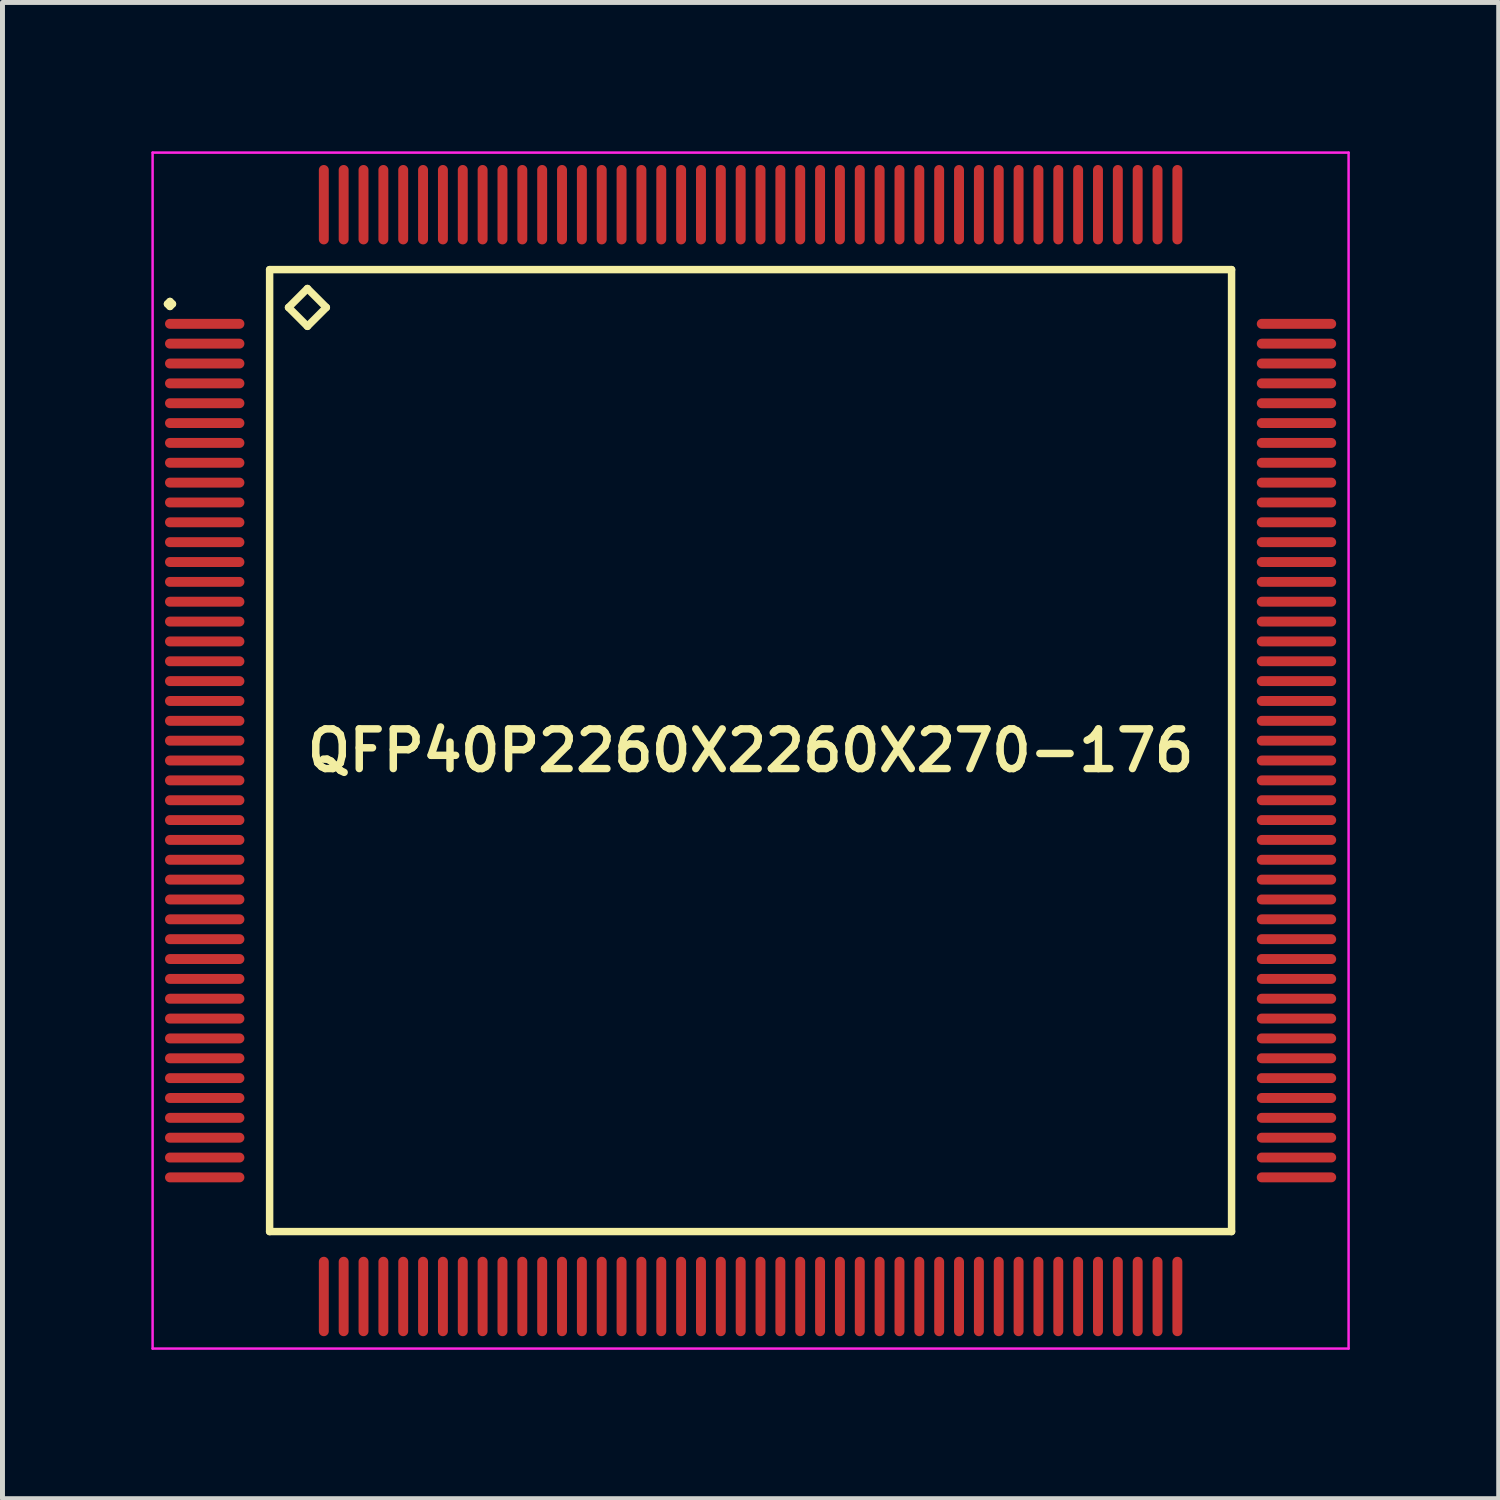
<source format=kicad_pcb>
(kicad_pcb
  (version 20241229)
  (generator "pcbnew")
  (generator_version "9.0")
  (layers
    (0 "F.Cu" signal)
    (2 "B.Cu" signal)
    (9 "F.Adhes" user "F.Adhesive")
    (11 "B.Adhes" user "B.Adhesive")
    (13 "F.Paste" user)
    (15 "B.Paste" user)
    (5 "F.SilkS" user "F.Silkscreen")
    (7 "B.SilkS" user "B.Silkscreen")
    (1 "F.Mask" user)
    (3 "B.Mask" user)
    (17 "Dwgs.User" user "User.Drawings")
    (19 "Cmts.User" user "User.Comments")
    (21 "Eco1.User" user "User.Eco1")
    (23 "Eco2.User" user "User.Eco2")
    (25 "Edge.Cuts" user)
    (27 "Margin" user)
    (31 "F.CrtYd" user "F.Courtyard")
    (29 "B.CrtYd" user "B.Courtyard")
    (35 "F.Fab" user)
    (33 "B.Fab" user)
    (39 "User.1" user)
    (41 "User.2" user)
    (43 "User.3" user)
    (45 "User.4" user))
  (footprint "QFP40P2260X2260X270-176"
    (layer "F.Cu")
    (at 12.075 12.075)
    (property "Reference" "QFP40P2260X2260X270-176" (at 0 0 0) (layer "F.SilkS") (effects (font (size 0.8 0.8) (thickness 0.15))))
    (attr smd)
    (fp_line (start -11.75 -9) (end -11.7 -9.05) (stroke (width 0.15) (type solid)) (layer "F.SilkS"))
    (fp_line (start -11.7 -9.05) (end -11.65 -9) (stroke (width 0.15) (type solid)) (layer "F.SilkS"))
    (fp_line (start -11.7 -8.95) (end -11.75 -9) (stroke (width 0.15) (type solid)) (layer "F.SilkS"))
    (fp_line (start -11.65 -9) (end -11.7 -8.95) (stroke (width 0.15) (type solid)) (layer "F.SilkS"))
    (fp_line (start -9.692 -9.692) (end -9.692 9.692) (stroke (width 0.15) (type solid)) (layer "F.SilkS"))
    (fp_line (start -9.692 9.692) (end 9.692 9.692) (stroke (width 0.15) (type solid)) (layer "F.SilkS"))
    (fp_line (start -9.311 -8.93) (end -8.93 -9.311) (stroke (width 0.15) (type solid)) (layer "F.SilkS"))
    (fp_line (start -8.93 -9.311) (end -8.549 -8.93) (stroke (width 0.15) (type solid)) (layer "F.SilkS"))
    (fp_line (start -8.93 -8.549) (end -9.311 -8.93) (stroke (width 0.15) (type solid)) (layer "F.SilkS"))
    (fp_line (start -8.549 -8.93) (end -8.93 -8.549) (stroke (width 0.15) (type solid)) (layer "F.SilkS"))
    (fp_line (start 9.692 -9.692) (end -9.692 -9.692) (stroke (width 0.15) (type solid)) (layer "F.SilkS"))
    (fp_line (start 9.692 9.692) (end 9.692 -9.692) (stroke (width 0.15) (type solid)) (layer "F.SilkS"))
    (fp_line (start -12.05 -12.05) (end 12.05 -12.05) (stroke (width 0.05) (type solid)) (layer "F.CrtYd"))
    (fp_line (start -12.05 12.05) (end -12.05 -12.05) (stroke (width 0.05) (type solid)) (layer "F.CrtYd"))
    (fp_line (start 12.05 -12.05) (end 12.05 12.05) (stroke (width 0.05) (type solid)) (layer "F.CrtYd"))
    (fp_line (start 12.05 12.05) (end -12.05 12.05) (stroke (width 0.05) (type solid)) (layer "F.CrtYd"))
    (pad "1" smd oval (at -11 -8.6) (size 1.6 0.2) (layers "F.Cu" "F.Mask" "F.Paste"))
    (pad "2" smd oval (at -11 -8.2) (size 1.6 0.2) (layers "F.Cu" "F.Mask" "F.Paste"))
    (pad "3" smd oval (at -11 -7.8) (size 1.6 0.2) (layers "F.Cu" "F.Mask" "F.Paste"))
    (pad "4" smd oval (at -11 -7.4) (size 1.6 0.2) (layers "F.Cu" "F.Mask" "F.Paste"))
    (pad "5" smd oval (at -11 -7) (size 1.6 0.2) (layers "F.Cu" "F.Mask" "F.Paste"))
    (pad "6" smd oval (at -11 -6.6) (size 1.6 0.2) (layers "F.Cu" "F.Mask" "F.Paste"))
    (pad "7" smd oval (at -11 -6.2) (size 1.6 0.2) (layers "F.Cu" "F.Mask" "F.Paste"))
    (pad "8" smd oval (at -11 -5.8) (size 1.6 0.2) (layers "F.Cu" "F.Mask" "F.Paste"))
    (pad "9" smd oval (at -11 -5.4) (size 1.6 0.2) (layers "F.Cu" "F.Mask" "F.Paste"))
    (pad "10" smd oval (at -11 -5) (size 1.6 0.2) (layers "F.Cu" "F.Mask" "F.Paste"))
    (pad "11" smd oval (at -11 -4.6) (size 1.6 0.2) (layers "F.Cu" "F.Mask" "F.Paste"))
    (pad "12" smd oval (at -11 -4.2) (size 1.6 0.2) (layers "F.Cu" "F.Mask" "F.Paste"))
    (pad "13" smd oval (at -11 -3.8) (size 1.6 0.2) (layers "F.Cu" "F.Mask" "F.Paste"))
    (pad "14" smd oval (at -11 -3.4) (size 1.6 0.2) (layers "F.Cu" "F.Mask" "F.Paste"))
    (pad "15" smd oval (at -11 -3) (size 1.6 0.2) (layers "F.Cu" "F.Mask" "F.Paste"))
    (pad "16" smd oval (at -11 -2.6) (size 1.6 0.2) (layers "F.Cu" "F.Mask" "F.Paste"))
    (pad "17" smd oval (at -11 -2.2) (size 1.6 0.2) (layers "F.Cu" "F.Mask" "F.Paste"))
    (pad "18" smd oval (at -11 -1.8) (size 1.6 0.2) (layers "F.Cu" "F.Mask" "F.Paste"))
    (pad "19" smd oval (at -11 -1.4) (size 1.6 0.2) (layers "F.Cu" "F.Mask" "F.Paste"))
    (pad "20" smd oval (at -11 -1) (size 1.6 0.2) (layers "F.Cu" "F.Mask" "F.Paste"))
    (pad "21" smd oval (at -11 -0.6) (size 1.6 0.2) (layers "F.Cu" "F.Mask" "F.Paste"))
    (pad "22" smd oval (at -11 -0.2) (size 1.6 0.2) (layers "F.Cu" "F.Mask" "F.Paste"))
    (pad "23" smd oval (at -11 0.2) (size 1.6 0.2) (layers "F.Cu" "F.Mask" "F.Paste"))
    (pad "24" smd oval (at -11 0.6) (size 1.6 0.2) (layers "F.Cu" "F.Mask" "F.Paste"))
    (pad "25" smd oval (at -11 1) (size 1.6 0.2) (layers "F.Cu" "F.Mask" "F.Paste"))
    (pad "26" smd oval (at -11 1.4) (size 1.6 0.2) (layers "F.Cu" "F.Mask" "F.Paste"))
    (pad "27" smd oval (at -11 1.8) (size 1.6 0.2) (layers "F.Cu" "F.Mask" "F.Paste"))
    (pad "28" smd oval (at -11 2.2) (size 1.6 0.2) (layers "F.Cu" "F.Mask" "F.Paste"))
    (pad "29" smd oval (at -11 2.6) (size 1.6 0.2) (layers "F.Cu" "F.Mask" "F.Paste"))
    (pad "30" smd oval (at -11 3) (size 1.6 0.2) (layers "F.Cu" "F.Mask" "F.Paste"))
    (pad "31" smd oval (at -11 3.4) (size 1.6 0.2) (layers "F.Cu" "F.Mask" "F.Paste"))
    (pad "32" smd oval (at -11 3.8) (size 1.6 0.2) (layers "F.Cu" "F.Mask" "F.Paste"))
    (pad "33" smd oval (at -11 4.2) (size 1.6 0.2) (layers "F.Cu" "F.Mask" "F.Paste"))
    (pad "34" smd oval (at -11 4.6) (size 1.6 0.2) (layers "F.Cu" "F.Mask" "F.Paste"))
    (pad "35" smd oval (at -11 5) (size 1.6 0.2) (layers "F.Cu" "F.Mask" "F.Paste"))
    (pad "36" smd oval (at -11 5.4) (size 1.6 0.2) (layers "F.Cu" "F.Mask" "F.Paste"))
    (pad "37" smd oval (at -11 5.8) (size 1.6 0.2) (layers "F.Cu" "F.Mask" "F.Paste"))
    (pad "38" smd oval (at -11 6.2) (size 1.6 0.2) (layers "F.Cu" "F.Mask" "F.Paste"))
    (pad "39" smd oval (at -11 6.6) (size 1.6 0.2) (layers "F.Cu" "F.Mask" "F.Paste"))
    (pad "40" smd oval (at -11 7) (size 1.6 0.2) (layers "F.Cu" "F.Mask" "F.Paste"))
    (pad "41" smd oval (at -11 7.4) (size 1.6 0.2) (layers "F.Cu" "F.Mask" "F.Paste"))
    (pad "42" smd oval (at -11 7.8) (size 1.6 0.2) (layers "F.Cu" "F.Mask" "F.Paste"))
    (pad "43" smd oval (at -11 8.2) (size 1.6 0.2) (layers "F.Cu" "F.Mask" "F.Paste"))
    (pad "44" smd oval (at -11 8.6) (size 1.6 0.2) (layers "F.Cu" "F.Mask" "F.Paste"))
    (pad "45" smd oval (at -8.6 11) (size 0.2 1.6) (layers "F.Cu" "F.Mask" "F.Paste"))
    (pad "46" smd oval (at -8.2 11) (size 0.2 1.6) (layers "F.Cu" "F.Mask" "F.Paste"))
    (pad "47" smd oval (at -7.8 11) (size 0.2 1.6) (layers "F.Cu" "F.Mask" "F.Paste"))
    (pad "48" smd oval (at -7.4 11) (size 0.2 1.6) (layers "F.Cu" "F.Mask" "F.Paste"))
    (pad "49" smd oval (at -7 11) (size 0.2 1.6) (layers "F.Cu" "F.Mask" "F.Paste"))
    (pad "50" smd oval (at -6.6 11) (size 0.2 1.6) (layers "F.Cu" "F.Mask" "F.Paste"))
    (pad "51" smd oval (at -6.2 11) (size 0.2 1.6) (layers "F.Cu" "F.Mask" "F.Paste"))
    (pad "52" smd oval (at -5.8 11) (size 0.2 1.6) (layers "F.Cu" "F.Mask" "F.Paste"))
    (pad "53" smd oval (at -5.4 11) (size 0.2 1.6) (layers "F.Cu" "F.Mask" "F.Paste"))
    (pad "54" smd oval (at -5 11) (size 0.2 1.6) (layers "F.Cu" "F.Mask" "F.Paste"))
    (pad "55" smd oval (at -4.6 11) (size 0.2 1.6) (layers "F.Cu" "F.Mask" "F.Paste"))
    (pad "56" smd oval (at -4.2 11) (size 0.2 1.6) (layers "F.Cu" "F.Mask" "F.Paste"))
    (pad "57" smd oval (at -3.8 11) (size 0.2 1.6) (layers "F.Cu" "F.Mask" "F.Paste"))
    (pad "58" smd oval (at -3.4 11) (size 0.2 1.6) (layers "F.Cu" "F.Mask" "F.Paste"))
    (pad "59" smd oval (at -3 11) (size 0.2 1.6) (layers "F.Cu" "F.Mask" "F.Paste"))
    (pad "60" smd oval (at -2.6 11) (size 0.2 1.6) (layers "F.Cu" "F.Mask" "F.Paste"))
    (pad "61" smd oval (at -2.2 11) (size 0.2 1.6) (layers "F.Cu" "F.Mask" "F.Paste"))
    (pad "62" smd oval (at -1.8 11) (size 0.2 1.6) (layers "F.Cu" "F.Mask" "F.Paste"))
    (pad "63" smd oval (at -1.4 11) (size 0.2 1.6) (layers "F.Cu" "F.Mask" "F.Paste"))
    (pad "64" smd oval (at -1 11) (size 0.2 1.6) (layers "F.Cu" "F.Mask" "F.Paste"))
    (pad "65" smd oval (at -0.6 11) (size 0.2 1.6) (layers "F.Cu" "F.Mask" "F.Paste"))
    (pad "66" smd oval (at -0.2 11) (size 0.2 1.6) (layers "F.Cu" "F.Mask" "F.Paste"))
    (pad "67" smd oval (at 0.2 11) (size 0.2 1.6) (layers "F.Cu" "F.Mask" "F.Paste"))
    (pad "68" smd oval (at 0.6 11) (size 0.2 1.6) (layers "F.Cu" "F.Mask" "F.Paste"))
    (pad "69" smd oval (at 1 11) (size 0.2 1.6) (layers "F.Cu" "F.Mask" "F.Paste"))
    (pad "70" smd oval (at 1.4 11) (size 0.2 1.6) (layers "F.Cu" "F.Mask" "F.Paste"))
    (pad "71" smd oval (at 1.8 11) (size 0.2 1.6) (layers "F.Cu" "F.Mask" "F.Paste"))
    (pad "72" smd oval (at 2.2 11) (size 0.2 1.6) (layers "F.Cu" "F.Mask" "F.Paste"))
    (pad "73" smd oval (at 2.6 11) (size 0.2 1.6) (layers "F.Cu" "F.Mask" "F.Paste"))
    (pad "74" smd oval (at 3 11) (size 0.2 1.6) (layers "F.Cu" "F.Mask" "F.Paste"))
    (pad "75" smd oval (at 3.4 11) (size 0.2 1.6) (layers "F.Cu" "F.Mask" "F.Paste"))
    (pad "76" smd oval (at 3.8 11) (size 0.2 1.6) (layers "F.Cu" "F.Mask" "F.Paste"))
    (pad "77" smd oval (at 4.2 11) (size 0.2 1.6) (layers "F.Cu" "F.Mask" "F.Paste"))
    (pad "78" smd oval (at 4.6 11) (size 0.2 1.6) (layers "F.Cu" "F.Mask" "F.Paste"))
    (pad "79" smd oval (at 5 11) (size 0.2 1.6) (layers "F.Cu" "F.Mask" "F.Paste"))
    (pad "80" smd oval (at 5.4 11) (size 0.2 1.6) (layers "F.Cu" "F.Mask" "F.Paste"))
    (pad "81" smd oval (at 5.8 11) (size 0.2 1.6) (layers "F.Cu" "F.Mask" "F.Paste"))
    (pad "82" smd oval (at 6.2 11) (size 0.2 1.6) (layers "F.Cu" "F.Mask" "F.Paste"))
    (pad "83" smd oval (at 6.6 11) (size 0.2 1.6) (layers "F.Cu" "F.Mask" "F.Paste"))
    (pad "84" smd oval (at 7 11) (size 0.2 1.6) (layers "F.Cu" "F.Mask" "F.Paste"))
    (pad "85" smd oval (at 7.4 11) (size 0.2 1.6) (layers "F.Cu" "F.Mask" "F.Paste"))
    (pad "86" smd oval (at 7.8 11) (size 0.2 1.6) (layers "F.Cu" "F.Mask" "F.Paste"))
    (pad "87" smd oval (at 8.2 11) (size 0.2 1.6) (layers "F.Cu" "F.Mask" "F.Paste"))
    (pad "88" smd oval (at 8.6 11) (size 0.2 1.6) (layers "F.Cu" "F.Mask" "F.Paste"))
    (pad "89" smd oval (at 11 8.6) (size 1.6 0.2) (layers "F.Cu" "F.Mask" "F.Paste"))
    (pad "90" smd oval (at 11 8.2) (size 1.6 0.2) (layers "F.Cu" "F.Mask" "F.Paste"))
    (pad "91" smd oval (at 11 7.8) (size 1.6 0.2) (layers "F.Cu" "F.Mask" "F.Paste"))
    (pad "92" smd oval (at 11 7.4) (size 1.6 0.2) (layers "F.Cu" "F.Mask" "F.Paste"))
    (pad "93" smd oval (at 11 7) (size 1.6 0.2) (layers "F.Cu" "F.Mask" "F.Paste"))
    (pad "94" smd oval (at 11 6.6) (size 1.6 0.2) (layers "F.Cu" "F.Mask" "F.Paste"))
    (pad "95" smd oval (at 11 6.2) (size 1.6 0.2) (layers "F.Cu" "F.Mask" "F.Paste"))
    (pad "96" smd oval (at 11 5.8) (size 1.6 0.2) (layers "F.Cu" "F.Mask" "F.Paste"))
    (pad "97" smd oval (at 11 5.4) (size 1.6 0.2) (layers "F.Cu" "F.Mask" "F.Paste"))
    (pad "98" smd oval (at 11 5) (size 1.6 0.2) (layers "F.Cu" "F.Mask" "F.Paste"))
    (pad "99" smd oval (at 11 4.6) (size 1.6 0.2) (layers "F.Cu" "F.Mask" "F.Paste"))
    (pad "100" smd oval (at 11 4.2) (size 1.6 0.2) (layers "F.Cu" "F.Mask" "F.Paste"))
    (pad "101" smd oval (at 11 3.8) (size 1.6 0.2) (layers "F.Cu" "F.Mask" "F.Paste"))
    (pad "102" smd oval (at 11 3.4) (size 1.6 0.2) (layers "F.Cu" "F.Mask" "F.Paste"))
    (pad "103" smd oval (at 11 3) (size 1.6 0.2) (layers "F.Cu" "F.Mask" "F.Paste"))
    (pad "104" smd oval (at 11 2.6) (size 1.6 0.2) (layers "F.Cu" "F.Mask" "F.Paste"))
    (pad "105" smd oval (at 11 2.2) (size 1.6 0.2) (layers "F.Cu" "F.Mask" "F.Paste"))
    (pad "106" smd oval (at 11 1.8) (size 1.6 0.2) (layers "F.Cu" "F.Mask" "F.Paste"))
    (pad "107" smd oval (at 11 1.4) (size 1.6 0.2) (layers "F.Cu" "F.Mask" "F.Paste"))
    (pad "108" smd oval (at 11 1) (size 1.6 0.2) (layers "F.Cu" "F.Mask" "F.Paste"))
    (pad "109" smd oval (at 11 0.6) (size 1.6 0.2) (layers "F.Cu" "F.Mask" "F.Paste"))
    (pad "110" smd oval (at 11 0.2) (size 1.6 0.2) (layers "F.Cu" "F.Mask" "F.Paste"))
    (pad "111" smd oval (at 11 -0.2) (size 1.6 0.2) (layers "F.Cu" "F.Mask" "F.Paste"))
    (pad "112" smd oval (at 11 -0.6) (size 1.6 0.2) (layers "F.Cu" "F.Mask" "F.Paste"))
    (pad "113" smd oval (at 11 -1) (size 1.6 0.2) (layers "F.Cu" "F.Mask" "F.Paste"))
    (pad "114" smd oval (at 11 -1.4) (size 1.6 0.2) (layers "F.Cu" "F.Mask" "F.Paste"))
    (pad "115" smd oval (at 11 -1.8) (size 1.6 0.2) (layers "F.Cu" "F.Mask" "F.Paste"))
    (pad "116" smd oval (at 11 -2.2) (size 1.6 0.2) (layers "F.Cu" "F.Mask" "F.Paste"))
    (pad "117" smd oval (at 11 -2.6) (size 1.6 0.2) (layers "F.Cu" "F.Mask" "F.Paste"))
    (pad "118" smd oval (at 11 -3) (size 1.6 0.2) (layers "F.Cu" "F.Mask" "F.Paste"))
    (pad "119" smd oval (at 11 -3.4) (size 1.6 0.2) (layers "F.Cu" "F.Mask" "F.Paste"))
    (pad "120" smd oval (at 11 -3.8) (size 1.6 0.2) (layers "F.Cu" "F.Mask" "F.Paste"))
    (pad "121" smd oval (at 11 -4.2) (size 1.6 0.2) (layers "F.Cu" "F.Mask" "F.Paste"))
    (pad "122" smd oval (at 11 -4.6) (size 1.6 0.2) (layers "F.Cu" "F.Mask" "F.Paste"))
    (pad "123" smd oval (at 11 -5) (size 1.6 0.2) (layers "F.Cu" "F.Mask" "F.Paste"))
    (pad "124" smd oval (at 11 -5.4) (size 1.6 0.2) (layers "F.Cu" "F.Mask" "F.Paste"))
    (pad "125" smd oval (at 11 -5.8) (size 1.6 0.2) (layers "F.Cu" "F.Mask" "F.Paste"))
    (pad "126" smd oval (at 11 -6.2) (size 1.6 0.2) (layers "F.Cu" "F.Mask" "F.Paste"))
    (pad "127" smd oval (at 11 -6.6) (size 1.6 0.2) (layers "F.Cu" "F.Mask" "F.Paste"))
    (pad "128" smd oval (at 11 -7) (size 1.6 0.2) (layers "F.Cu" "F.Mask" "F.Paste"))
    (pad "129" smd oval (at 11 -7.4) (size 1.6 0.2) (layers "F.Cu" "F.Mask" "F.Paste"))
    (pad "130" smd oval (at 11 -7.8) (size 1.6 0.2) (layers "F.Cu" "F.Mask" "F.Paste"))
    (pad "131" smd oval (at 11 -8.2) (size 1.6 0.2) (layers "F.Cu" "F.Mask" "F.Paste"))
    (pad "132" smd oval (at 11 -8.6) (size 1.6 0.2) (layers "F.Cu" "F.Mask" "F.Paste"))
    (pad "133" smd oval (at 8.6 -11) (size 0.2 1.6) (layers "F.Cu" "F.Mask" "F.Paste"))
    (pad "134" smd oval (at 8.2 -11) (size 0.2 1.6) (layers "F.Cu" "F.Mask" "F.Paste"))
    (pad "135" smd oval (at 7.8 -11) (size 0.2 1.6) (layers "F.Cu" "F.Mask" "F.Paste"))
    (pad "136" smd oval (at 7.4 -11) (size 0.2 1.6) (layers "F.Cu" "F.Mask" "F.Paste"))
    (pad "137" smd oval (at 7 -11) (size 0.2 1.6) (layers "F.Cu" "F.Mask" "F.Paste"))
    (pad "138" smd oval (at 6.6 -11) (size 0.2 1.6) (layers "F.Cu" "F.Mask" "F.Paste"))
    (pad "139" smd oval (at 6.2 -11) (size 0.2 1.6) (layers "F.Cu" "F.Mask" "F.Paste"))
    (pad "140" smd oval (at 5.8 -11) (size 0.2 1.6) (layers "F.Cu" "F.Mask" "F.Paste"))
    (pad "141" smd oval (at 5.4 -11) (size 0.2 1.6) (layers "F.Cu" "F.Mask" "F.Paste"))
    (pad "142" smd oval (at 5 -11) (size 0.2 1.6) (layers "F.Cu" "F.Mask" "F.Paste"))
    (pad "143" smd oval (at 4.6 -11) (size 0.2 1.6) (layers "F.Cu" "F.Mask" "F.Paste"))
    (pad "144" smd oval (at 4.2 -11) (size 0.2 1.6) (layers "F.Cu" "F.Mask" "F.Paste"))
    (pad "145" smd oval (at 3.8 -11) (size 0.2 1.6) (layers "F.Cu" "F.Mask" "F.Paste"))
    (pad "146" smd oval (at 3.4 -11) (size 0.2 1.6) (layers "F.Cu" "F.Mask" "F.Paste"))
    (pad "147" smd oval (at 3 -11) (size 0.2 1.6) (layers "F.Cu" "F.Mask" "F.Paste"))
    (pad "148" smd oval (at 2.6 -11) (size 0.2 1.6) (layers "F.Cu" "F.Mask" "F.Paste"))
    (pad "149" smd oval (at 2.2 -11) (size 0.2 1.6) (layers "F.Cu" "F.Mask" "F.Paste"))
    (pad "150" smd oval (at 1.8 -11) (size 0.2 1.6) (layers "F.Cu" "F.Mask" "F.Paste"))
    (pad "151" smd oval (at 1.4 -11) (size 0.2 1.6) (layers "F.Cu" "F.Mask" "F.Paste"))
    (pad "152" smd oval (at 1 -11) (size 0.2 1.6) (layers "F.Cu" "F.Mask" "F.Paste"))
    (pad "153" smd oval (at 0.6 -11) (size 0.2 1.6) (layers "F.Cu" "F.Mask" "F.Paste"))
    (pad "154" smd oval (at 0.2 -11) (size 0.2 1.6) (layers "F.Cu" "F.Mask" "F.Paste"))
    (pad "155" smd oval (at -0.2 -11) (size 0.2 1.6) (layers "F.Cu" "F.Mask" "F.Paste"))
    (pad "156" smd oval (at -0.6 -11) (size 0.2 1.6) (layers "F.Cu" "F.Mask" "F.Paste"))
    (pad "157" smd oval (at -1 -11) (size 0.2 1.6) (layers "F.Cu" "F.Mask" "F.Paste"))
    (pad "158" smd oval (at -1.4 -11) (size 0.2 1.6) (layers "F.Cu" "F.Mask" "F.Paste"))
    (pad "159" smd oval (at -1.8 -11) (size 0.2 1.6) (layers "F.Cu" "F.Mask" "F.Paste"))
    (pad "160" smd oval (at -2.2 -11) (size 0.2 1.6) (layers "F.Cu" "F.Mask" "F.Paste"))
    (pad "161" smd oval (at -2.6 -11) (size 0.2 1.6) (layers "F.Cu" "F.Mask" "F.Paste"))
    (pad "162" smd oval (at -3 -11) (size 0.2 1.6) (layers "F.Cu" "F.Mask" "F.Paste"))
    (pad "163" smd oval (at -3.4 -11) (size 0.2 1.6) (layers "F.Cu" "F.Mask" "F.Paste"))
    (pad "164" smd oval (at -3.8 -11) (size 0.2 1.6) (layers "F.Cu" "F.Mask" "F.Paste"))
    (pad "165" smd oval (at -4.2 -11) (size 0.2 1.6) (layers "F.Cu" "F.Mask" "F.Paste"))
    (pad "166" smd oval (at -4.6 -11) (size 0.2 1.6) (layers "F.Cu" "F.Mask" "F.Paste"))
    (pad "167" smd oval (at -5 -11) (size 0.2 1.6) (layers "F.Cu" "F.Mask" "F.Paste"))
    (pad "168" smd oval (at -5.4 -11) (size 0.2 1.6) (layers "F.Cu" "F.Mask" "F.Paste"))
    (pad "169" smd oval (at -5.8 -11) (size 0.2 1.6) (layers "F.Cu" "F.Mask" "F.Paste"))
    (pad "170" smd oval (at -6.2 -11) (size 0.2 1.6) (layers "F.Cu" "F.Mask" "F.Paste"))
    (pad "171" smd oval (at -6.6 -11) (size 0.2 1.6) (layers "F.Cu" "F.Mask" "F.Paste"))
    (pad "172" smd oval (at -7 -11) (size 0.2 1.6) (layers "F.Cu" "F.Mask" "F.Paste"))
    (pad "173" smd oval (at -7.4 -11) (size 0.2 1.6) (layers "F.Cu" "F.Mask" "F.Paste"))
    (pad "174" smd oval (at -7.8 -11) (size 0.2 1.6) (layers "F.Cu" "F.Mask" "F.Paste"))
    (pad "175" smd oval (at -8.2 -11) (size 0.2 1.6) (layers "F.Cu" "F.Mask" "F.Paste"))
    (pad "176" smd oval (at -8.6 -11) (size 0.2 1.6) (layers "F.Cu" "F.Mask" "F.Paste")))
  (gr_rect
    (start -3 -3)
    (end 27.15 27.15)
    (stroke (width 0.1) (type default))
    (fill no)
    (layer "Edge.Cuts")))
</source>
